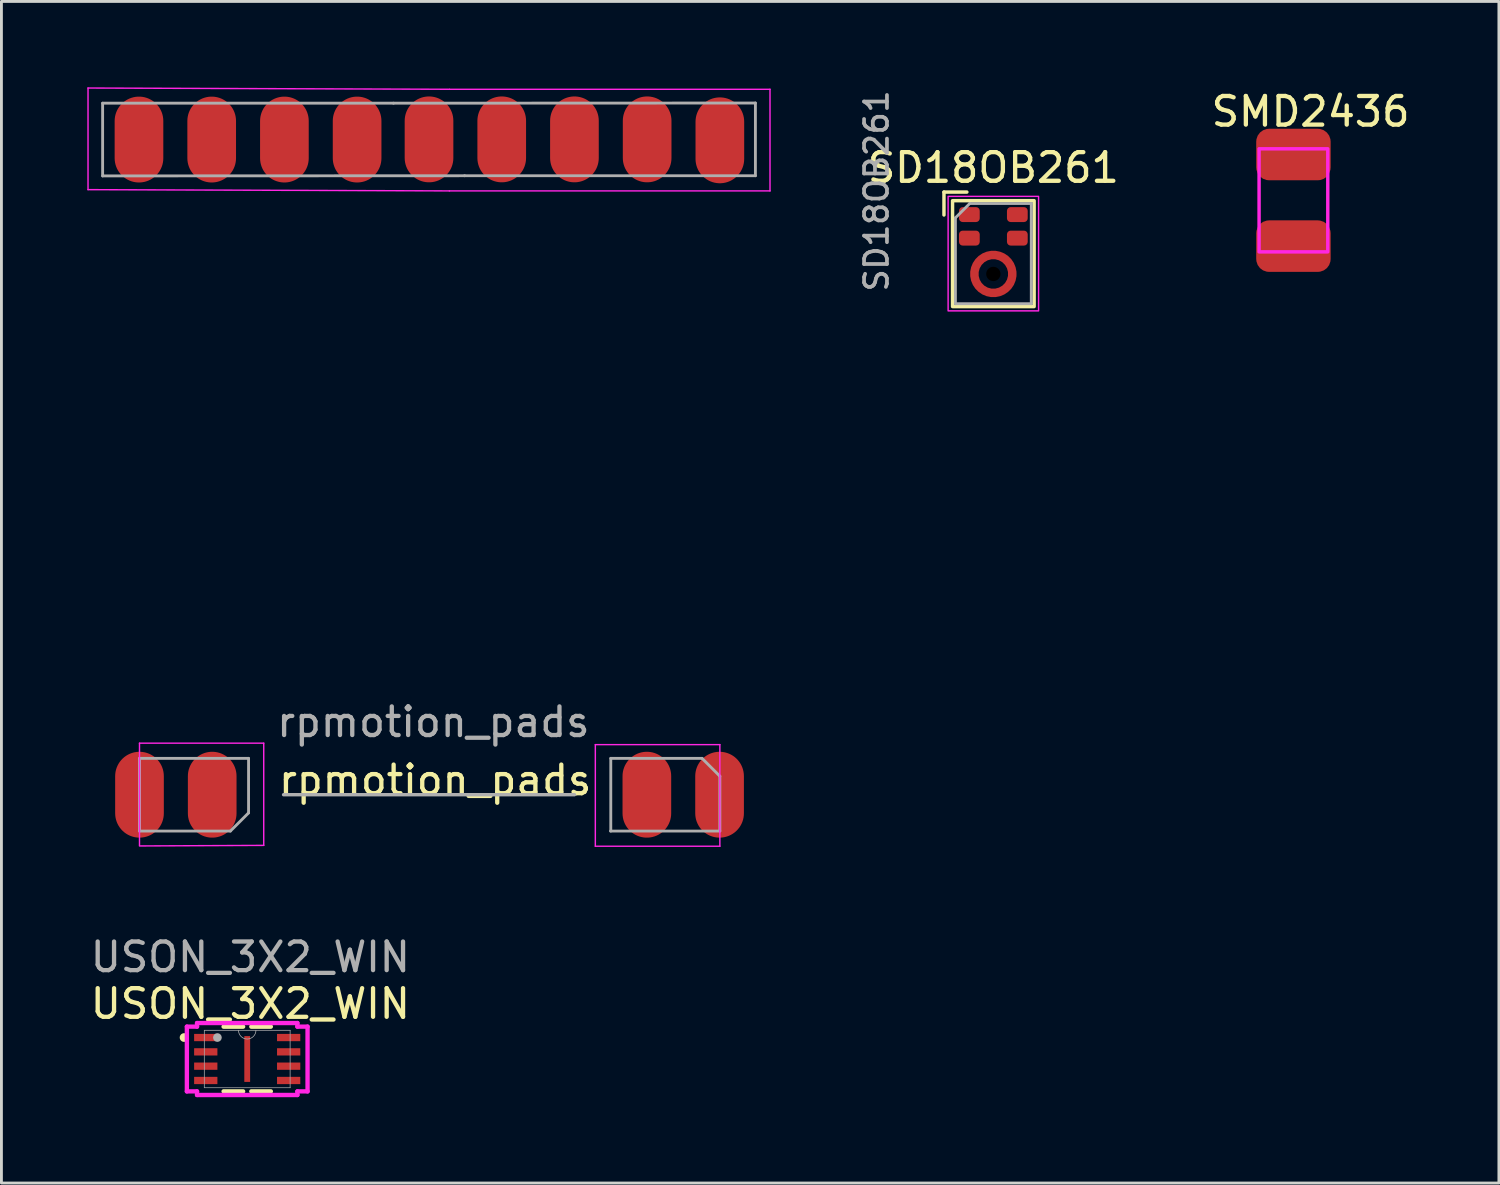
<source format=kicad_pcb>
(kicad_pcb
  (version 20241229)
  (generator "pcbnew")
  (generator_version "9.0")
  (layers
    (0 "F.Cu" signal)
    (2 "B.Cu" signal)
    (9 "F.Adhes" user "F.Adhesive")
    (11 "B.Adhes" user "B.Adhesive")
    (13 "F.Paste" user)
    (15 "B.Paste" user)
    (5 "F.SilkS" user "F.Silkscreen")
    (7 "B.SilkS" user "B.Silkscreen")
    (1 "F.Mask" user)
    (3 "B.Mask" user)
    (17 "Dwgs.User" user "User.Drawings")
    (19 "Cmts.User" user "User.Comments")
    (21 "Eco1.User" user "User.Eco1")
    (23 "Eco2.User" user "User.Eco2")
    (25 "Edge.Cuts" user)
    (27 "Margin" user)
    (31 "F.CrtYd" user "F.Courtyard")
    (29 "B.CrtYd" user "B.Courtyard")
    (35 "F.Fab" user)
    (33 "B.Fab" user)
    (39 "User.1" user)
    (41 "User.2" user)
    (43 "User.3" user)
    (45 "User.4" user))
  (footprint "SMD2436"
    (layer "F.Cu")
    (at 42.134 3.948)
    (property "Reference" "SMD2436" (at 0.6 -3.1 0) (unlocked yes) (layer "F.SilkS") (effects (font (size 1 1) (thickness 0.15))))
    (attr smd)
    (fp_rect (start -1.2 -1.8) (end 1.2 1.8) (stroke (width 0.12) (type default)) (fill no) (layer "F.CrtYd"))
    (pad "1" smd roundrect (at 0 -1.6 90) (size 1.8 2.6) (layers "F.Cu" "F.Mask" "F.Paste") (roundrect_rratio 0.25))
    (pad "2" smd roundrect (at 0 1.6 90) (size 1.8 2.6) (layers "F.Cu" "F.Mask" "F.Paste") (roundrect_rratio 0.25)))
  (footprint "USON_3X2_WIN"
    (layer "F.Cu")
    (at 5.586 33.945)
    (property "Reference" "USON_3X2_WIN" (at 0.11 -1.93 0) (unlocked yes) (layer "F.SilkS") (effects (font (size 1 1) (thickness 0.15))))
    (attr smd)
    (fp_line (start -0.825 1.13) (end -0.143 1.13) (stroke (width 0.152) (type solid)) (layer "F.SilkS"))
    (fp_line (start -0.143 -1.13) (end -0.825 -1.13) (stroke (width 0.152) (type solid)) (layer "F.SilkS"))
    (fp_line (start 0.143 1.13) (end 0.825 1.13) (stroke (width 0.152) (type solid)) (layer "F.SilkS"))
    (fp_line (start 0.825 -1.13) (end 0.143 -1.13) (stroke (width 0.152) (type solid)) (layer "F.SilkS"))
    (fp_arc (start -2.18694 -0.676376) (mid -2.282063 -0.750189) (end -2.18694 -0.824002) (stroke (width 0.1524) (type solid)) (layer "F.SilkS"))
    (fp_line (start -2.108 -1.131) (end -1.753 -1.131) (stroke (width 0.152) (type solid)) (layer "F.CrtYd"))
    (fp_line (start -2.108 1.131) (end -2.108 -1.131) (stroke (width 0.152) (type solid)) (layer "F.CrtYd"))
    (fp_line (start -2.108 1.131) (end -1.753 1.131) (stroke (width 0.152) (type solid)) (layer "F.CrtYd"))
    (fp_line (start -1.753 -1.257) (end 1.753 -1.257) (stroke (width 0.152) (type solid)) (layer "F.CrtYd"))
    (fp_line (start -1.753 -1.131) (end -1.753 -1.257) (stroke (width 0.152) (type solid)) (layer "F.CrtYd"))
    (fp_line (start -1.753 1.257) (end -1.753 1.131) (stroke (width 0.152) (type solid)) (layer "F.CrtYd"))
    (fp_line (start 1.753 -1.257) (end 1.753 -1.131) (stroke (width 0.152) (type solid)) (layer "F.CrtYd"))
    (fp_line (start 1.753 1.131) (end 1.753 1.257) (stroke (width 0.152) (type solid)) (layer "F.CrtYd"))
    (fp_line (start 1.753 1.257) (end -1.753 1.257) (stroke (width 0.152) (type solid)) (layer "F.CrtYd"))
    (fp_line (start 2.108 -1.131) (end 1.753 -1.131) (stroke (width 0.152) (type solid)) (layer "F.CrtYd"))
    (fp_line (start 2.108 -1.131) (end 2.108 1.131) (stroke (width 0.152) (type solid)) (layer "F.CrtYd"))
    (fp_line (start 2.108 1.131) (end 1.753 1.131) (stroke (width 0.152) (type solid)) (layer "F.CrtYd"))
    (fp_line (start -1.499 -1.003) (end -1.499 1.003) (stroke (width 0.025) (type solid)) (layer "F.Fab"))
    (fp_line (start -1.499 1.003) (end 1.499 1.003) (stroke (width 0.025) (type solid)) (layer "F.Fab"))
    (fp_line (start 1.499 -1.003) (end -1.499 -1.003) (stroke (width 0.025) (type solid)) (layer "F.Fab"))
    (fp_line (start 1.499 1.003) (end 1.499 -1.003) (stroke (width 0.025) (type solid)) (layer "F.Fab"))
    (fp_arc (start 0.3048 -1.0033) (mid 0 -0.6985) (end -0.3048 -1.0033) (stroke (width 0.0254) (type solid)) (layer "F.Fab"))
    (fp_circle (center -1.041 -0.75) (end -0.965 -0.75) (stroke (width 0.152) (type solid)) (fill no) (layer "F.Fab"))
    (fp_text user "${REFERENCE}" (at 0.11 -3.56 0) (unlocked yes) (layer "F.Fab") (effects (font (size 1 1) (thickness 0.15))))
    (pad "1" smd rect (at -1.448 -0.75) (size 0.813 0.254) (layers "F.Cu" "F.Mask" "F.Paste"))
    (pad "2" smd rect (at -1.448 -0.25) (size 0.813 0.254) (layers "F.Cu" "F.Mask" "F.Paste"))
    (pad "3" smd rect (at -1.448 0.25) (size 0.813 0.254) (layers "F.Cu" "F.Mask" "F.Paste"))
    (pad "4" smd rect (at -1.448 0.75) (size 0.813 0.254) (layers "F.Cu" "F.Mask" "F.Paste"))
    (pad "5" smd rect (at 1.448 0.75) (size 0.813 0.254) (layers "F.Cu" "F.Mask" "F.Paste"))
    (pad "6" smd rect (at 1.448 0.25) (size 0.813 0.254) (layers "F.Cu" "F.Mask" "F.Paste"))
    (pad "7" smd rect (at 1.448 -0.25) (size 0.813 0.254) (layers "F.Cu" "F.Mask" "F.Paste"))
    (pad "8" smd rect (at 1.448 -0.75) (size 0.813 0.254) (layers "F.Cu" "F.Mask" "F.Paste"))
    (pad "9" smd rect (at 0 0) (size 0.203 1.6) (layers "F.Cu" "F.Mask" "F.Paste")))
  (footprint "rpmotion_pads"
    (layer "F.Cu")
    (at 11.937 24.712)
    (property "Reference" "rpmotion_pads" (at 0.216 -0.508 0) (unlocked yes) (layer "F.SilkS") (effects (font (size 1 1) (thickness 0.15))))
    (attr through_hole)
    (fp_line (start -11.912 -24.687) (end 0.712 -24.643) (stroke (width 0.05) (type solid)) (layer "F.CrtYd"))
    (fp_line (start -11.912 -21.137) (end -11.912 -24.687) (stroke (width 0.05) (type solid)) (layer "F.CrtYd"))
    (fp_line (start -10.114 -1.8) (end -5.774 -1.8) (stroke (width 0.05) (type solid)) (layer "F.CrtYd"))
    (fp_line (start -10.114 1.77) (end -10.114 -1.8) (stroke (width 0.05) (type solid)) (layer "F.CrtYd"))
    (fp_line (start -5.774 -1.8) (end -5.774 1.77) (stroke (width 0.05) (type solid)) (layer "F.CrtYd"))
    (fp_line (start -5.774 1.77) (end -10.114 1.79) (stroke (width 0.05) (type solid)) (layer "F.CrtYd"))
    (fp_line (start 0.712 -24.643) (end 11.912 -24.643) (stroke (width 0.05) (type solid)) (layer "F.CrtYd"))
    (fp_line (start 0.712 -21.093) (end -11.912 -21.137) (stroke (width 0.05) (type solid)) (layer "F.CrtYd"))
    (fp_line (start 5.81 -1.75) (end 10.16 -1.75) (stroke (width 0.05) (type solid)) (layer "F.CrtYd"))
    (fp_line (start 5.81 1.8) (end 5.81 -1.75) (stroke (width 0.05) (type solid)) (layer "F.CrtYd"))
    (fp_line (start 10.16 -1.75) (end 10.16 1.8) (stroke (width 0.05) (type solid)) (layer "F.CrtYd"))
    (fp_line (start 10.16 1.8) (end 5.81 1.8) (stroke (width 0.05) (type solid)) (layer "F.CrtYd"))
    (fp_line (start 11.912 -24.643) (end 11.912 -21.093) (stroke (width 0.05) (type solid)) (layer "F.CrtYd"))
    (fp_line (start 11.912 -21.093) (end 0.712 -21.093) (stroke (width 0.05) (type solid)) (layer "F.CrtYd"))
    (fp_line (start -11.402 -24.157) (end -1.242 -24.157) (stroke (width 0.1) (type solid)) (layer "F.Fab"))
    (fp_line (start -11.402 -21.617) (end -11.402 -24.157) (stroke (width 0.1) (type solid)) (layer "F.Fab"))
    (fp_line (start -10.114 -1.27) (end -6.304 -1.27) (stroke (width 0.1) (type solid)) (layer "F.Fab"))
    (fp_line (start -10.114 1.27) (end -10.114 -1.27) (stroke (width 0.1) (type solid)) (layer "F.Fab"))
    (fp_line (start -6.939 1.27) (end -10.114 1.27) (stroke (width 0.1) (type solid)) (layer "F.Fab"))
    (fp_line (start -6.304 -1.27) (end -6.304 0.635) (stroke (width 0.1) (type solid)) (layer "F.Fab"))
    (fp_line (start -6.304 0.635) (end -6.939 1.27) (stroke (width 0.1) (type solid)) (layer "F.Fab"))
    (fp_line (start -5.08 0) (end 5.08 0) (stroke (width 0.12) (type default)) (layer "F.Fab"))
    (fp_line (start -1.242 -24.157) (end 11.402 -24.163) (stroke (width 0.1) (type solid)) (layer "F.Fab"))
    (fp_line (start 1.242 -21.623) (end -11.402 -21.617) (stroke (width 0.1) (type solid)) (layer "F.Fab"))
    (fp_line (start 6.34 1.27) (end 10.16 1.27) (stroke (width 0.1) (type solid)) (layer "F.Fab"))
    (fp_line (start 6.35 -1.27) (end 9.538 -1.27) (stroke (width 0.1) (type solid)) (layer "F.Fab"))
    (fp_line (start 6.35 1.27) (end 6.35 -1.27) (stroke (width 0.1) (type solid)) (layer "F.Fab"))
    (fp_line (start 10.16 -0.648) (end 9.538 -1.27) (stroke (width 0.1) (type solid)) (layer "F.Fab"))
    (fp_line (start 10.16 -0.648) (end 10.16 1.27) (stroke (width 0.1) (type solid)) (layer "F.Fab"))
    (fp_line (start 11.402 -24.163) (end 11.402 -21.623) (stroke (width 0.1) (type solid)) (layer "F.Fab"))
    (fp_line (start 11.402 -21.623) (end 1.242 -21.623) (stroke (width 0.1) (type solid)) (layer "F.Fab"))
    (fp_text user "${REFERENCE}" (at 0.152 -2.54 0) (layer "F.Fab") (effects (font (size 1 1) (thickness 0.15))))
    (pad "1" connect oval (at 10.15 0 270) (size 3 1.7) (layers "F.Cu" "F.Mask"))
    (pad "2" connect oval (at 7.61 0 270) (size 3 1.7) (layers "F.Cu" "F.Mask"))
    (pad "3" connect oval (at -7.574 0 270) (size 3 1.7) (layers "F.Cu" "F.Mask"))
    (pad "4" connect oval (at -10.114 0 270) (size 3 1.7) (layers "F.Cu" "F.Mask"))
    (pad "5" connect oval (at -10.132 -22.887 270) (size 3 1.7) (layers "F.Cu" "F.Mask"))
    (pad "6" connect oval (at -7.592 -22.887 270) (size 3 1.7) (layers "F.Cu" "F.Mask"))
    (pad "7" connect oval (at -5.052 -22.887 270) (size 3 1.7) (layers "F.Cu" "F.Mask"))
    (pad "8" connect oval (at -2.512 -22.887 270) (size 3 1.7) (layers "F.Cu" "F.Mask"))
    (pad "9" connect oval (at 0 -22.893 270) (size 3 1.7) (layers "F.Cu" "F.Mask"))
    (pad "10" connect oval (at 2.54 -22.893 270) (size 3 1.7) (layers "F.Cu" "F.Mask"))
    (pad "11" connect oval (at 5.08 -22.893 270) (size 3 1.7) (layers "F.Cu" "F.Mask"))
    (pad "12" connect oval (at 7.62 -22.893 270) (size 3 1.7) (layers "F.Cu" "F.Mask"))
    (pad "13" connect oval (at 10.16 -22.86 270) (size 3 1.7) (layers "F.Cu" "F.Mask")))
  (footprint "SD18OB261"
    (layer "F.Cu")
    (at 31.651 5.81)
    (property "Reference" "SD18OB261" (at 0 -3 0) (unlocked yes) (layer "F.SilkS") (effects (font (size 1 1) (thickness 0.15))))
    (attr smd)
    (fp_line (start -1.725 -2.15) (end -1.725 -1.35) (stroke (width 0.12) (type solid)) (layer "F.SilkS"))
    (fp_line (start -0.925 -2.15) (end -1.725 -2.15) (stroke (width 0.12) (type solid)) (layer "F.SilkS"))
    (fp_rect (start -1.425 -1.85) (end 1.425 1.85) (stroke (width 0.12) (type solid)) (fill no) (layer "F.SilkS"))
    (fp_poly (pts (xy -0.641 1.209) (xy -0.723 1.08) (xy -0.78 0.937) (xy -0.809 0.787) (xy -0.809 0.633) (xy -0.78 0.483) (xy -0.723 0.34) (xy -0.641 0.211) (xy -0.426 0.425) (xy -0.468 0.501) (xy -0.496 0.582) (xy -0.511 0.667) (xy -0.511 0.753) (xy -0.496 0.838) (xy -0.468 0.919) (xy -0.426 0.995)) (stroke (width 0) (type solid)) (fill yes) (layer "F.Paste"))
    (fp_poly (pts (xy -0.499 0.069) (xy -0.37 -0.013) (xy -0.227 -0.07) (xy -0.077 -0.099) (xy 0.077 -0.099) (xy 0.227 -0.07) (xy 0.37 -0.013) (xy 0.499 0.069) (xy 0.285 0.284) (xy 0.209 0.242) (xy 0.128 0.214) (xy 0.043 0.199) (xy -0.043 0.199) (xy -0.128 0.214) (xy -0.209 0.242) (xy -0.285 0.284)) (stroke (width 0) (type solid)) (fill yes) (layer "F.Paste"))
    (fp_poly (pts (xy 0.499 1.351) (xy 0.37 1.433) (xy 0.227 1.49) (xy 0.077 1.519) (xy -0.077 1.519) (xy -0.227 1.49) (xy -0.37 1.433) (xy -0.499 1.351) (xy -0.285 1.136) (xy -0.209 1.178) (xy -0.128 1.206) (xy -0.043 1.221) (xy 0.043 1.221) (xy 0.128 1.206) (xy 0.209 1.178) (xy 0.285 1.136)) (stroke (width 0) (type solid)) (fill yes) (layer "F.Paste"))
    (fp_poly (pts (xy 0.641 0.211) (xy 0.723 0.34) (xy 0.78 0.483) (xy 0.809 0.633) (xy 0.809 0.787) (xy 0.78 0.937) (xy 0.723 1.08) (xy 0.641 1.209) (xy 0.426 0.995) (xy 0.468 0.919) (xy 0.496 0.838) (xy 0.511 0.753) (xy 0.511 0.667) (xy 0.496 0.582) (xy 0.468 0.501) (xy 0.426 0.425)) (stroke (width 0) (type solid)) (fill yes) (layer "F.Paste"))
    (fp_rect (start -1.58 -2) (end 1.58 2) (stroke (width 0.05) (type solid)) (fill no) (layer "F.CrtYd"))
    (fp_line (start -1.325 -1.25) (end -1.325 1.75) (stroke (width 0.1) (type solid)) (layer "F.Fab"))
    (fp_line (start -1.325 1.75) (end 1.325 1.75) (stroke (width 0.1) (type solid)) (layer "F.Fab"))
    (fp_line (start -0.825 -1.75) (end -1.325 -1.25) (stroke (width 0.1) (type solid)) (layer "F.Fab"))
    (fp_line (start 1.325 -1.75) (end -0.825 -1.75) (stroke (width 0.1) (type solid)) (layer "F.Fab"))
    (fp_line (start 1.325 1.75) (end 1.325 -1.75) (stroke (width 0.1) (type solid)) (layer "F.Fab"))
    (fp_text user "${REFERENCE}" (at -4.08 -2.19 90) (unlocked yes) (layer "F.Fab") (effects (font (size 0.8 0.8) (thickness 0.13))))
    (pad "" np_thru_hole circle (at 0 0.71) (size 0.5 0.5) (drill 0.5) (layers "*.Mask"))
    (pad "1" smd roundrect (at -0.838 -1.364) (size 0.725 0.522) (layers "F.Cu" "F.Mask" "F.Paste") (roundrect_rratio 0.25))
    (pad "2" smd roundrect (at -0.838 -0.542) (size 0.725 0.522) (layers "F.Cu" "F.Mask" "F.Paste") (roundrect_rratio 0.25))
    (pad "3" smd custom (at 0.662 0.71 90) (size 0.3 0.3) (layers "F.Cu" "F.Mask") (options (anchor circle)) (primitives (gr_circle (center 0 -0.662) (end 0.662 -0.662) (width 0.3) (fill no))))
    (pad "4" smd roundrect (at 0.838 -0.542) (size 0.725 0.522) (layers "F.Cu" "F.Mask" "F.Paste") (roundrect_rratio 0.25))
    (pad "5" smd roundrect (at 0.838 -1.364) (size 0.725 0.522) (layers "F.Cu" "F.Mask" "F.Paste") (roundrect_rratio 0.25)))
  (gr_rect
    (start -3 -3)
    (end 49.312 38.278)
    (stroke (width 0.1) (type default))
    (fill no)
    (layer "Edge.Cuts")))
</source>
